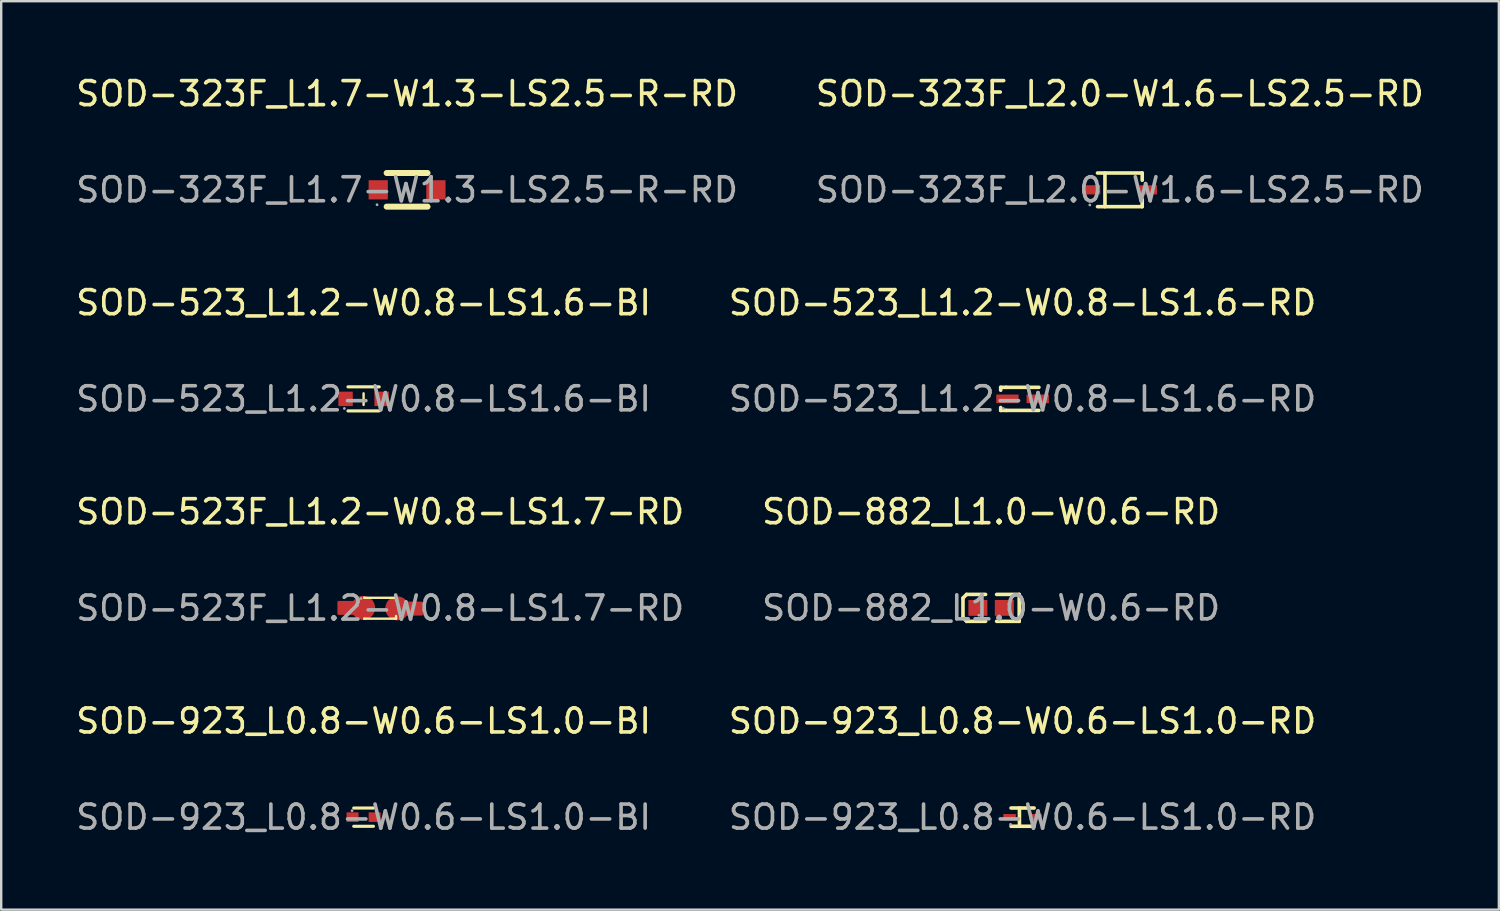
<source format=kicad_pcb>
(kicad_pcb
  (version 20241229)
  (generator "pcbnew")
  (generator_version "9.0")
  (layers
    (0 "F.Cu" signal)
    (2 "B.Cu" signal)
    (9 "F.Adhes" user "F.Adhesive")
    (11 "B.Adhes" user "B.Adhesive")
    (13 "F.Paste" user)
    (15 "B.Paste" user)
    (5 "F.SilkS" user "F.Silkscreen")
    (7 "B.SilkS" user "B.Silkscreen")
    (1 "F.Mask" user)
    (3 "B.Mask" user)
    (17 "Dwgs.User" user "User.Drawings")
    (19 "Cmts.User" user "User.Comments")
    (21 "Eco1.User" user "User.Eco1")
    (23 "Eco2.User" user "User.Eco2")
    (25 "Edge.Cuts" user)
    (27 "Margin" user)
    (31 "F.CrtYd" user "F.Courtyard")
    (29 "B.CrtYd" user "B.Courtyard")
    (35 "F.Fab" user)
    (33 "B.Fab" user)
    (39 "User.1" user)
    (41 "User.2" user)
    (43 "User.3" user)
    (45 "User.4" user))
  (footprint "SOD-882_L1.0-W0.6-RD"
    (layer "F.Cu")
    (at 38.185 22.241)
    (property "Reference" "SOD-882_L1.0-W0.6-RD" (at 0 -4 0) (layer "F.SilkS") (effects (font (size 1 1) (thickness 0.15))))
    (attr through_hole)
    (fp_line (start -1.17 -0.41) (end -1.02 -0.56) (stroke (width 0.15) (type solid)) (layer "F.SilkS"))
    (fp_line (start -1.17 0.41) (end -1.17 -0.41) (stroke (width 0.15) (type solid)) (layer "F.SilkS"))
    (fp_line (start -1.02 -0.56) (end -0.23 -0.56) (stroke (width 0.15) (type solid)) (layer "F.SilkS"))
    (fp_line (start -1.02 0.56) (end -1.17 0.41) (stroke (width 0.15) (type solid)) (layer "F.SilkS"))
    (fp_line (start -0.23 0.56) (end -1.02 0.56) (stroke (width 0.15) (type solid)) (layer "F.SilkS"))
    (fp_line (start 0.23 0.56) (end 1.17 0.56) (stroke (width 0.15) (type solid)) (layer "F.SilkS"))
    (fp_line (start 1.17 -0.56) (end 0.23 -0.56) (stroke (width 0.15) (type solid)) (layer "F.SilkS"))
    (fp_line (start 1.17 0.56) (end 1.17 -0.56) (stroke (width 0.15) (type solid)) (layer "F.SilkS"))
    (fp_circle (center -0.51 0.31) (end -0.48 0.31) (stroke (width 0.06) (type solid)) (fill no) (layer "F.Fab"))
    (fp_text user "${REFERENCE}" (at 0 0 0) (layer "F.Fab") (effects (font (size 1 1) (thickness 0.15))))
    (pad "1" smd rect (at -0.55 0) (size 0.79 0.66) (layers "F.Cu" "F.Mask" "F.Paste"))
    (pad "2" smd rect (at 0.55 0) (size 0.79 0.66) (layers "F.Cu" "F.Mask" "F.Paste")))
  (footprint "SOD-923_L0.8-W0.6-LS1.0-BI"
    (layer "F.Cu")
    (at 12.077 30.948)
    (property "Reference" "SOD-923_L0.8-W0.6-LS1.0-BI" (at 0 -4 0) (layer "F.SilkS") (effects (font (size 1 1) (thickness 0.15))))
    (attr through_hole)
    (fp_line (start -0.41 -0.38) (end 0.41 -0.38) (stroke (width 0.13) (type solid)) (layer "F.SilkS"))
    (fp_line (start 0.41 0.38) (end -0.41 0.38) (stroke (width 0.13) (type solid)) (layer "F.SilkS"))
    (fp_circle (center -0.48 -0.27) (end -0.45 -0.27) (stroke (width 0.06) (type solid)) (fill no) (layer "F.Fab"))
    (fp_text user "${REFERENCE}" (at 0 0 0) (layer "F.Fab") (effects (font (size 1 1) (thickness 0.15))))
    (pad "1" smd rect (at -0.46 0 90) (size 0.4 0.5) (layers "F.Cu" "F.Mask" "F.Paste"))
    (pad "2" smd rect (at 0.46 0 90) (size 0.4 0.5) (layers "F.Cu" "F.Mask" "F.Paste")))
  (footprint "SOD-323F_L2.0-W1.6-LS2.5-RD"
    (layer "F.Cu")
    (at 43.542 4.848)
    (property "Reference" "SOD-323F_L2.0-W1.6-LS2.5-RD" (at 0 -4 0) (layer "F.SilkS") (effects (font (size 1 1) (thickness 0.15))))
    (attr through_hole)
    (fp_line (start -0.93 -0.7) (end 0.93 -0.7) (stroke (width 0.15) (type solid)) (layer "F.SilkS"))
    (fp_line (start -0.93 0.7) (end 0.93 0.7) (stroke (width 0.15) (type solid)) (layer "F.SilkS"))
    (fp_line (start -0.62 -0.7) (end -0.62 0.7) (stroke (width 0.15) (type solid)) (layer "F.SilkS"))
    (fp_line (start 0.93 -0.7) (end 0.93 -0.4) (stroke (width 0.15) (type solid)) (layer "F.SilkS"))
    (fp_line (start 0.93 0.7) (end 0.93 0.4) (stroke (width 0.15) (type solid)) (layer "F.SilkS"))
    (fp_circle (center -1.25 0.63) (end -1.22 0.63) (stroke (width 0.06) (type solid)) (fill no) (layer "F.Fab"))
    (fp_text user "${REFERENCE}" (at 0 0 0) (layer "F.Fab") (effects (font (size 1 1) (thickness 0.15))))
    (pad "1" smd rect (at -1.18 0 180) (size 0.73 0.38) (layers "F.Cu" "F.Mask" "F.Paste"))
    (pad "2" smd rect (at 1.18 0 180) (size 0.73 0.38) (layers "F.Cu" "F.Mask" "F.Paste")))
  (footprint "SOD-523_L1.2-W0.8-LS1.6-RD"
    (layer "F.Cu")
    (at 39.494 13.545)
    (property "Reference" "SOD-523_L1.2-W0.8-LS1.6-RD" (at 0 -4 0) (layer "F.SilkS") (effects (font (size 1 1) (thickness 0.15))))
    (attr through_hole)
    (fp_line (start -0.91 -0.48) (end -0.91 -0.36) (stroke (width 0.15) (type solid)) (layer "F.SilkS"))
    (fp_line (start -0.91 0.36) (end -0.91 0.48) (stroke (width 0.15) (type solid)) (layer "F.SilkS"))
    (fp_line (start -0.91 0.48) (end -0.68 0.48) (stroke (width 0.15) (type solid)) (layer "F.SilkS"))
    (fp_line (start -0.68 -0.48) (end -0.91 -0.48) (stroke (width 0.15) (type solid)) (layer "F.SilkS"))
    (fp_line (start -0.68 -0.48) (end 0.68 -0.48) (stroke (width 0.15) (type solid)) (layer "F.SilkS"))
    (fp_line (start -0.68 0.48) (end 0.68 0.48) (stroke (width 0.15) (type solid)) (layer "F.SilkS"))
    (fp_circle (center -0.8 0.4) (end -0.77 0.4) (stroke (width 0.06) (type solid)) (fill no) (layer "F.Fab"))
    (fp_text user "${REFERENCE}" (at 0 0 0) (layer "F.Fab") (effects (font (size 1 1) (thickness 0.15))))
    (pad "1" smd rect (at -0.63 0 180) (size 0.93 0.36) (layers "F.Cu" "F.Mask" "F.Paste"))
    (pad "2" smd rect (at 0.63 0 180) (size 0.93 0.36) (layers "F.Cu" "F.Mask" "F.Paste")))
  (footprint "SOD-323F_L1.7-W1.3-LS2.5-R-RD"
    (layer "F.Cu")
    (at 13.887 4.848)
    (property "Reference" "SOD-323F_L1.7-W1.3-LS2.5-R-RD" (at 0 -4 0) (layer "F.SilkS") (effects (font (size 1 1) (thickness 0.15))))
    (attr through_hole)
    (fp_line (start -0.85 -0.7) (end 0.85 -0.7) (stroke (width 0.25) (type solid)) (layer "F.SilkS"))
    (fp_line (start -0.85 0.7) (end 0.85 0.7) (stroke (width 0.25) (type solid)) (layer "F.SilkS"))
    (fp_circle (center -1.25 0.62) (end -1.22 0.62) (stroke (width 0.06) (type solid)) (fill no) (layer "F.Fab"))
    (fp_text user "${REFERENCE}" (at 0 0 0) (layer "F.Fab") (effects (font (size 1 1) (thickness 0.15))))
    (pad "1" smd rect (at -1.2 0) (size 0.8 0.8) (layers "F.Cu" "F.Mask" "F.Paste"))
    (pad "2" smd rect (at 1.2 0) (size 0.8 0.8) (layers "F.Cu" "F.Mask" "F.Paste")))
  (footprint "SOD-923_L0.8-W0.6-LS1.0-RD"
    (layer "F.Cu")
    (at 39.494 30.948)
    (property "Reference" "SOD-923_L0.8-W0.6-LS1.0-RD" (at 0 -4 0) (layer "F.SilkS") (effects (font (size 1 1) (thickness 0.15))))
    (attr through_hole)
    (fp_line (start -0.48 -0.38) (end 0.48 -0.38) (stroke (width 0.15) (type solid)) (layer "F.SilkS"))
    (fp_line (start -0.48 0.38) (end 0.48 0.38) (stroke (width 0.15) (type solid)) (layer "F.SilkS"))
    (fp_line (start -0.13 -0.38) (end -0.13 0.37) (stroke (width 0.15) (type solid)) (layer "F.SilkS"))
    (fp_circle (center -0.5 0.3) (end -0.47 0.3) (stroke (width 0.06) (type solid)) (fill no) (layer "F.Fab"))
    (fp_text user "${REFERENCE}" (at 0 0 0) (layer "F.Fab") (effects (font (size 1 1) (thickness 0.15))))
    (pad "1" smd rect (at -0.54 0 180) (size 0.52 0.26) (layers "F.Cu" "F.Mask" "F.Paste"))
    (pad "2" smd rect (at 0.54 0 180) (size 0.52 0.26) (layers "F.Cu" "F.Mask" "F.Paste")))
  (footprint "SOD-523F_L1.2-W0.8-LS1.7-RD"
    (layer "F.Cu")
    (at 12.768 22.251)
    (property "Reference" "SOD-523F_L1.2-W0.8-LS1.7-RD" (at 0 -4.01 0) (layer "F.SilkS") (effects (font (size 1 1) (thickness 0.15))))
    (attr through_hole)
    (fp_line (start -0.66 -0.43) (end -0.66 -0.43) (stroke (width 0.1) (type solid)) (layer "F.SilkS"))
    (fp_line (start -0.66 -0.43) (end 0.66 -0.43) (stroke (width 0.1) (type solid)) (layer "F.SilkS"))
    (fp_line (start -0.66 0.44) (end -0.66 0.44) (stroke (width 0.1) (type solid)) (layer "F.SilkS"))
    (fp_line (start 0.66 -0.43) (end 0.66 -0.33) (stroke (width 0.1) (type solid)) (layer "F.SilkS"))
    (fp_line (start 0.66 0.33) (end 0.66 0.44) (stroke (width 0.1) (type solid)) (layer "F.SilkS"))
    (fp_line (start 0.66 0.44) (end -0.66 0.44) (stroke (width 0.1) (type solid)) (layer "F.SilkS"))
    (fp_circle (center -0.8 -0.4) (end -0.77 -0.4) (stroke (width 0.06) (type solid)) (fill no) (layer "F.Fab"))
    (fp_text user "${REFERENCE}" (at 0 0 0) (layer "F.Fab") (effects (font (size 1 1) (thickness 0.15))))
    (pad "1" smd custom (at -0.71 -0.01) (size 1 1) (layers "F.Cu" "F.Mask" "F.Paste") (options (anchor circle)) (primitives (gr_poly (pts (xy -1.02 -0.24) (xy -0.41 -0.24) (xy -0.41 0.24) (xy -1.02 0.24)) (width 0.1) (fill yes))))
    (pad "2" smd custom (at 0.71 0.01) (size 1 1) (layers "F.Cu" "F.Mask" "F.Paste") (options (anchor circle)) (primitives (gr_poly (pts (xy 0.41 -0.23) (xy 1.02 -0.23) (xy 1.02 0.25) (xy 0.41 0.25)) (width 0.1) (fill yes)))))
  (footprint "SOD-523_L1.2-W0.8-LS1.6-BI"
    (layer "F.Cu")
    (at 12.077 13.545)
    (property "Reference" "SOD-523_L1.2-W0.8-LS1.6-BI" (at 0 -4 0) (layer "F.SilkS") (effects (font (size 1 1) (thickness 0.15))))
    (attr through_hole)
    (fp_line (start -0.65 -0.5) (end 0.65 -0.5) (stroke (width 0.13) (type solid)) (layer "F.SilkS"))
    (fp_line (start -0.65 0.5) (end 0.65 0.5) (stroke (width 0.13) (type solid)) (layer "F.SilkS"))
    (fp_line (start 0 -0.23) (end 0 0.25) (stroke (width 0.1) (type solid)) (layer "F.SilkS"))
    (fp_circle (center -0.8 0.4) (end -0.77 0.4) (stroke (width 0.06) (type solid)) (fill no) (layer "F.Fab"))
    (fp_text user "${REFERENCE}" (at 0 0 0) (layer "F.Fab") (effects (font (size 1 1) (thickness 0.15))))
    (pad "1" smd rect (at -0.75 0) (size 0.6 0.6) (layers "F.Cu" "F.Mask" "F.Paste"))
    (pad "2" smd rect (at 0.75 0 180) (size 0.6 0.6) (layers "F.Cu" "F.Mask" "F.Paste")))
  (gr_rect
    (start -3 -3)
    (end 59.31 34.796)
    (stroke (width 0.1) (type default))
    (fill no)
    (layer "Edge.Cuts")))
</source>
